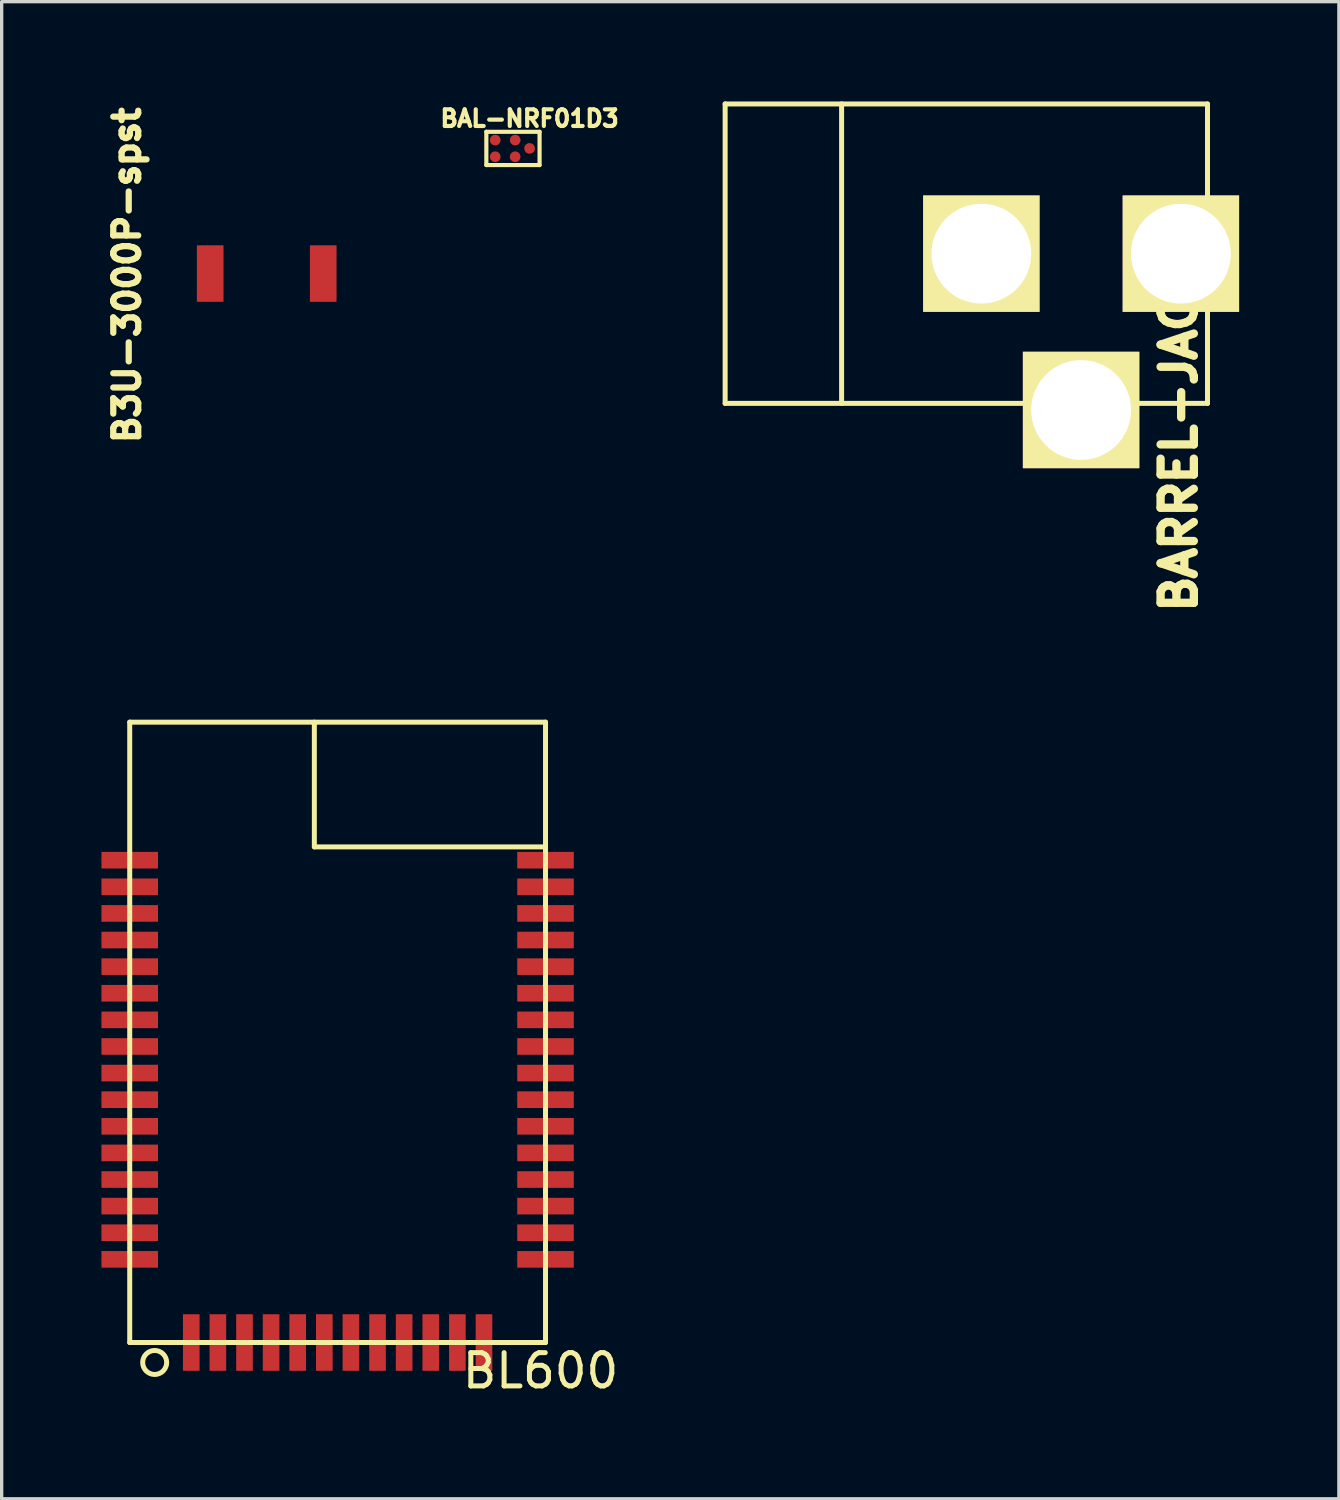
<source format=kicad_pcb>
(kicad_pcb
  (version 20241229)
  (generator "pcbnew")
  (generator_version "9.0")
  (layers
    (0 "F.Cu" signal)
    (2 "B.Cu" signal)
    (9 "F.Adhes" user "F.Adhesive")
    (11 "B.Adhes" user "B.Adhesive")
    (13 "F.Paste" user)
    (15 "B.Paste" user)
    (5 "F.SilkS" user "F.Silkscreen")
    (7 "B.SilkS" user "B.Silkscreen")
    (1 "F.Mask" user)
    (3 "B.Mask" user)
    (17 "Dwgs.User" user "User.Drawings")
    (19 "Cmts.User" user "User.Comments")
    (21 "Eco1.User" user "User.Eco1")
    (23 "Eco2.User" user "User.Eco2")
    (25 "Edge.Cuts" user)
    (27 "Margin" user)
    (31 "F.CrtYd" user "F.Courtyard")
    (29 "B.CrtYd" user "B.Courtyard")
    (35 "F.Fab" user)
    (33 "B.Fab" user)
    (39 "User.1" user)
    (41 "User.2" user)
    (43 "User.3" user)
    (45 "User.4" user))
  (footprint "BL600"
    (layer "F.Cu")
    (at 7.1 28.81)
    (property "Reference" "BL600" (at 6.1 9.35 0) (layer "F.SilkS") (effects (font (size 1 1) (thickness 0.15))))
    (attr through_hole)
    (fp_line (start -6.25 -10.15) (end -6.25 8.5) (stroke (width 0.15) (type solid)) (layer "F.SilkS"))
    (fp_line (start -6.25 8.5) (end 6.25 8.5) (stroke (width 0.15) (type solid)) (layer "F.SilkS"))
    (fp_line (start -0.7 -10.15) (end -0.7 -6.4) (stroke (width 0.15) (type solid)) (layer "F.SilkS"))
    (fp_line (start -0.7 -6.4) (end 6.25 -6.4) (stroke (width 0.15) (type solid)) (layer "F.SilkS"))
    (fp_line (start 6.25 -10.15) (end -6.25 -10.15) (stroke (width 0.15) (type solid)) (layer "F.SilkS"))
    (fp_line (start 6.25 8.5) (end 6.25 -10.15) (stroke (width 0.15) (type solid)) (layer "F.SilkS"))
    (fp_circle (center -5.5 9.1) (end -5.7 8.8) (stroke (width 0.15) (type solid)) (fill no) (layer "F.SilkS"))
    (pad "1" smd rect (at -4.4 8.5) (size 0.5 1.7) (layers "F.Cu" "F.Mask" "F.Paste"))
    (pad "2" smd rect (at -3.6 8.5) (size 0.5 1.7) (layers "F.Cu" "F.Mask" "F.Paste"))
    (pad "3" smd rect (at -2.8 8.5) (size 0.5 1.7) (layers "F.Cu" "F.Mask" "F.Paste"))
    (pad "4" smd rect (at -2 8.5) (size 0.5 1.7) (layers "F.Cu" "F.Mask" "F.Paste"))
    (pad "5" smd rect (at -1.2 8.5) (size 0.5 1.7) (layers "F.Cu" "F.Mask" "F.Paste"))
    (pad "6" smd rect (at -0.4 8.5) (size 0.5 1.7) (layers "F.Cu" "F.Mask" "F.Paste"))
    (pad "7" smd rect (at 0.4 8.5) (size 0.5 1.7) (layers "F.Cu" "F.Mask" "F.Paste"))
    (pad "8" smd rect (at 1.2 8.5) (size 0.5 1.7) (layers "F.Cu" "F.Mask" "F.Paste"))
    (pad "9" smd rect (at 2 8.5) (size 0.5 1.7) (layers "F.Cu" "F.Mask" "F.Paste"))
    (pad "10" smd rect (at 2.8 8.5) (size 0.5 1.7) (layers "F.Cu" "F.Mask" "F.Paste"))
    (pad "11" smd rect (at 3.6 8.5) (size 0.5 1.7) (layers "F.Cu" "F.Mask" "F.Paste"))
    (pad "12" smd rect (at 4.4 8.5) (size 0.5 1.7) (layers "F.Cu" "F.Mask" "F.Paste"))
    (pad "13" smd rect (at 6.25 6 90) (size 0.5 1.7) (layers "F.Cu" "F.Mask" "F.Paste"))
    (pad "14" smd rect (at 6.25 5.2 90) (size 0.5 1.7) (layers "F.Cu" "F.Mask" "F.Paste"))
    (pad "15" smd rect (at 6.25 4.4 90) (size 0.5 1.7) (layers "F.Cu" "F.Mask" "F.Paste"))
    (pad "16" smd rect (at 6.25 3.6 90) (size 0.5 1.7) (layers "F.Cu" "F.Mask" "F.Paste"))
    (pad "17" smd rect (at 6.25 2.8 90) (size 0.5 1.7) (layers "F.Cu" "F.Mask" "F.Paste"))
    (pad "18" smd rect (at 6.25 2 90) (size 0.5 1.7) (layers "F.Cu" "F.Mask" "F.Paste"))
    (pad "19" smd rect (at 6.25 1.2 90) (size 0.5 1.7) (layers "F.Cu" "F.Mask" "F.Paste"))
    (pad "20" smd rect (at 6.25 0.4 90) (size 0.5 1.7) (layers "F.Cu" "F.Mask" "F.Paste"))
    (pad "21" smd rect (at 6.25 -0.4 90) (size 0.5 1.7) (layers "F.Cu" "F.Mask" "F.Paste"))
    (pad "22" smd rect (at 6.25 -1.2 90) (size 0.5 1.7) (layers "F.Cu" "F.Mask" "F.Paste"))
    (pad "23" smd rect (at 6.25 -2 90) (size 0.5 1.7) (layers "F.Cu" "F.Mask" "F.Paste"))
    (pad "24" smd rect (at 6.25 -2.8 90) (size 0.5 1.7) (layers "F.Cu" "F.Mask" "F.Paste"))
    (pad "25" smd rect (at 6.25 -3.6 90) (size 0.5 1.7) (layers "F.Cu" "F.Mask" "F.Paste"))
    (pad "26" smd rect (at 6.25 -4.4 90) (size 0.5 1.7) (layers "F.Cu" "F.Mask" "F.Paste"))
    (pad "27" smd rect (at 6.25 -5.2 90) (size 0.5 1.7) (layers "F.Cu" "F.Mask" "F.Paste"))
    (pad "28" smd rect (at 6.25 -6 90) (size 0.5 1.7) (layers "F.Cu" "F.Mask" "F.Paste"))
    (pad "29" smd rect (at -6.25 -6 90) (size 0.5 1.7) (layers "F.Cu" "F.Mask" "F.Paste"))
    (pad "30" smd rect (at -6.25 -5.2 90) (size 0.5 1.7) (layers "F.Cu" "F.Mask" "F.Paste"))
    (pad "31" smd rect (at -6.25 -4.4 90) (size 0.5 1.7) (layers "F.Cu" "F.Mask" "F.Paste"))
    (pad "32" smd rect (at -6.25 -3.6 90) (size 0.5 1.7) (layers "F.Cu" "F.Mask" "F.Paste"))
    (pad "33" smd rect (at -6.25 -2.8 90) (size 0.5 1.7) (layers "F.Cu" "F.Mask" "F.Paste"))
    (pad "34" smd rect (at -6.25 -2 90) (size 0.5 1.7) (layers "F.Cu" "F.Mask" "F.Paste"))
    (pad "35" smd rect (at -6.25 -1.2 90) (size 0.5 1.7) (layers "F.Cu" "F.Mask" "F.Paste"))
    (pad "36" smd rect (at -6.25 -0.4 90) (size 0.5 1.7) (layers "F.Cu" "F.Mask" "F.Paste"))
    (pad "37" smd rect (at -6.25 0.4 90) (size 0.5 1.7) (layers "F.Cu" "F.Mask" "F.Paste"))
    (pad "38" smd rect (at -6.25 1.2 90) (size 0.5 1.7) (layers "F.Cu" "F.Mask" "F.Paste"))
    (pad "39" smd rect (at -6.25 2 90) (size 0.5 1.7) (layers "F.Cu" "F.Mask" "F.Paste"))
    (pad "40" smd rect (at -6.25 2.8 90) (size 0.5 1.7) (layers "F.Cu" "F.Mask" "F.Paste"))
    (pad "41" smd rect (at -6.25 3.6 90) (size 0.5 1.7) (layers "F.Cu" "F.Mask" "F.Paste"))
    (pad "42" smd rect (at -6.25 4.4 90) (size 0.5 1.7) (layers "F.Cu" "F.Mask" "F.Paste"))
    (pad "43" smd rect (at -6.25 5.2 90) (size 0.5 1.7) (layers "F.Cu" "F.Mask" "F.Paste"))
    (pad "44" smd rect (at -6.25 6 90) (size 0.5 1.7) (layers "F.Cu" "F.Mask" "F.Paste")))
  (footprint "B3U-3000P-spst"
    (layer "F.Cu")
    (at 4.968 5.174)
    (property "Reference" "B3U-3000P-spst" (at -4.2 0.05 90) (layer "F.SilkS") (effects (font (size 0.75 0.75) (thickness 0.188))))
    (attr through_hole)
    (pad "1" smd rect (at -1.699 0) (size 0.8 1.699) (layers "F.Cu" "F.Mask" "F.Paste"))
    (pad "2" smd rect (at 1.699 0) (size 0.8 1.699) (layers "F.Cu" "F.Mask" "F.Paste")))
  (footprint "BARREL-JACK"
    (layer "F.Cu")
    (at 26.251 4.576)
    (property "Reference" "BARREL-JACK" (at 6.14 5.52 270) (layer "F.SilkS") (effects (font (size 1 1) (thickness 0.25))))
    (attr through_hole)
    (fp_line (start -7.501 -4.501) (end -7.501 4.501) (stroke (width 0.15) (type solid)) (layer "F.SilkS"))
    (fp_line (start -7.501 4.501) (end 7 4.501) (stroke (width 0.15) (type solid)) (layer "F.SilkS"))
    (fp_line (start -4 -4.501) (end -4 4.501) (stroke (width 0.15) (type solid)) (layer "F.SilkS"))
    (fp_line (start 7 -4.501) (end -7.501 -4.501) (stroke (width 0.15) (type solid)) (layer "F.SilkS"))
    (fp_line (start 7 4.501) (end 7 -4.501) (stroke (width 0.15) (type solid)) (layer "F.SilkS"))
    (pad "1" thru_hole rect (at 6.2 0) (size 3.5 3.5) (drill 3) (layers "*.Cu" "*.Mask" "F.SilkS"))
    (pad "2" thru_hole rect (at 0.201 0) (size 3.5 3.5) (drill 3) (layers "*.Cu" "*.Mask" "F.SilkS"))
    (pad "3" thru_hole rect (at 3.2 4.699) (size 3.5 3.5) (drill 3) (layers "*.Cu" "*.Mask" "F.SilkS")))
  (footprint "BAL-NRF01D3"
    (layer "F.Cu")
    (at 12.871 1.412)
    (property "Reference" "BAL-NRF01D3" (at 0 -0.9 0) (layer "F.SilkS") (effects (font (size 0.5 0.5) (thickness 0.125))))
    (attr through_hole)
    (fp_line (start -1.3 -0.5) (end 0.3 -0.5) (stroke (width 0.125) (type solid)) (layer "F.SilkS"))
    (fp_line (start -1.3 0.5) (end -1.3 -0.5) (stroke (width 0.125) (type solid)) (layer "F.SilkS"))
    (fp_line (start 0.3 -0.5) (end 0.3 0.5) (stroke (width 0.125) (type solid)) (layer "F.SilkS"))
    (fp_line (start 0.3 0.5) (end -1.3 0.5) (stroke (width 0.125) (type solid)) (layer "F.SilkS"))
    (pad "1" smd circle (at -1.033 0.25) (size 0.32 0.32) (layers "F.Cu" "F.Mask" "F.Paste"))
    (pad "2" smd circle (at -1.033 -0.25) (size 0.32 0.32) (layers "F.Cu" "F.Mask" "F.Paste"))
    (pad "3" smd circle (at -0.433 0.25) (size 0.32 0.32) (layers "F.Cu" "F.Mask" "F.Paste"))
    (pad "4" smd circle (at -0.433 -0.25) (size 0.32 0.32) (layers "F.Cu" "F.Mask" "F.Paste"))
    (pad "5" smd circle (at 0 0) (size 0.32 0.32) (layers "F.Cu" "F.Mask" "F.Paste")))
  (gr_rect
    (start -3 -3)
    (end 37.201 42.008)
    (stroke (width 0.1) (type default))
    (fill no)
    (layer "Edge.Cuts")))
</source>
